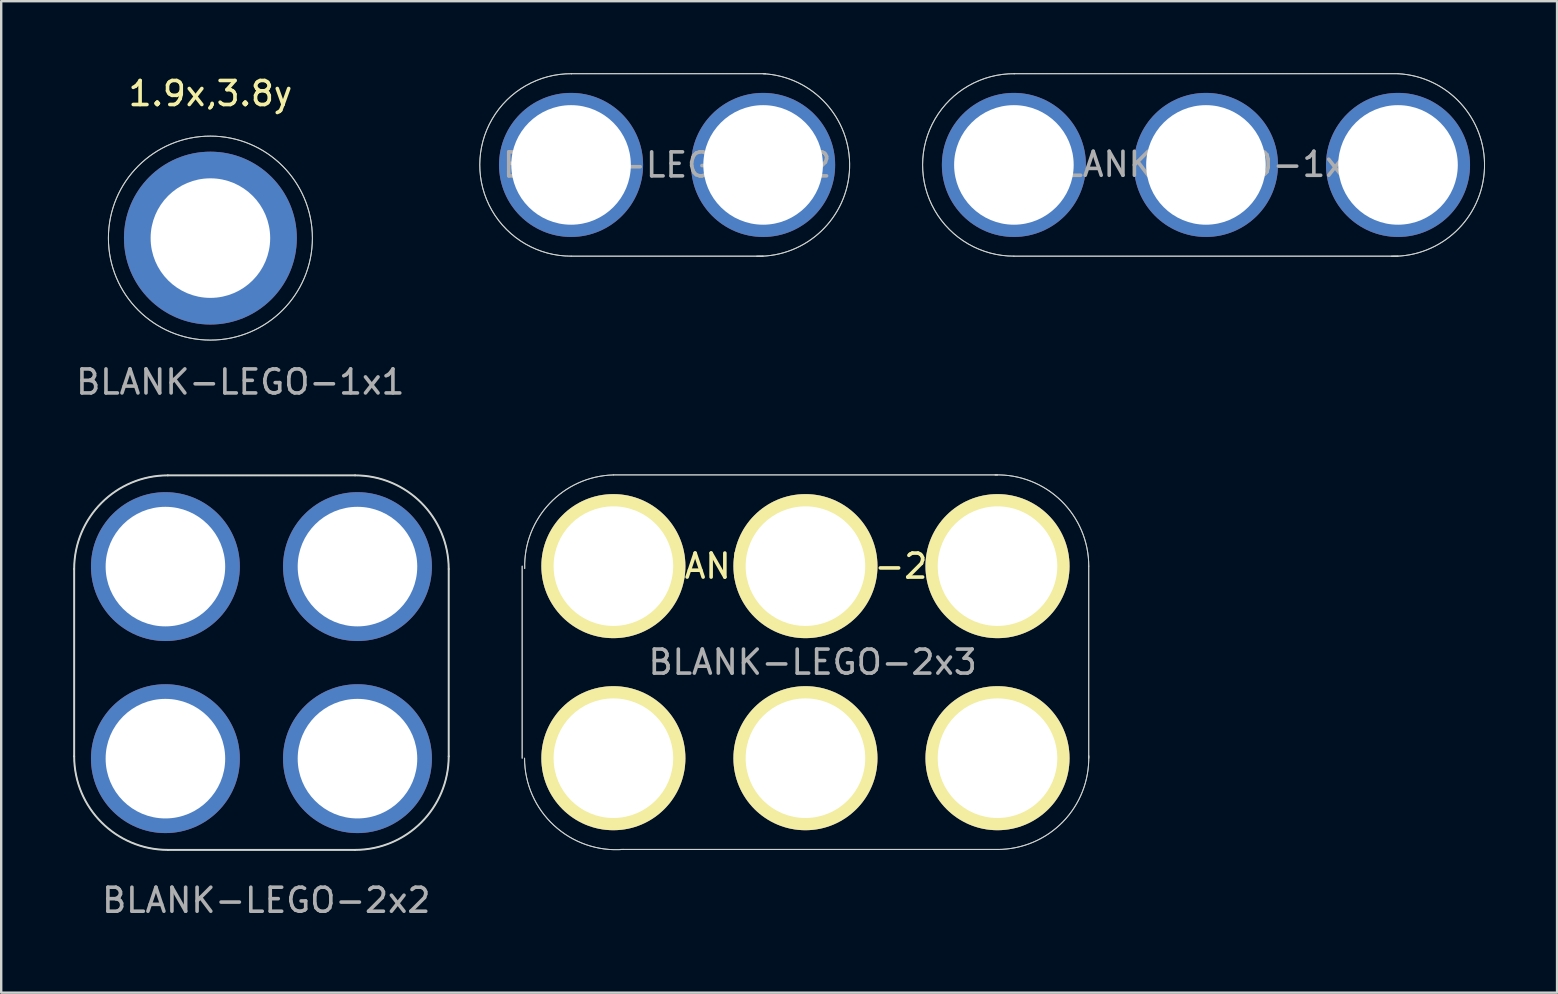
<source format=kicad_pcb>
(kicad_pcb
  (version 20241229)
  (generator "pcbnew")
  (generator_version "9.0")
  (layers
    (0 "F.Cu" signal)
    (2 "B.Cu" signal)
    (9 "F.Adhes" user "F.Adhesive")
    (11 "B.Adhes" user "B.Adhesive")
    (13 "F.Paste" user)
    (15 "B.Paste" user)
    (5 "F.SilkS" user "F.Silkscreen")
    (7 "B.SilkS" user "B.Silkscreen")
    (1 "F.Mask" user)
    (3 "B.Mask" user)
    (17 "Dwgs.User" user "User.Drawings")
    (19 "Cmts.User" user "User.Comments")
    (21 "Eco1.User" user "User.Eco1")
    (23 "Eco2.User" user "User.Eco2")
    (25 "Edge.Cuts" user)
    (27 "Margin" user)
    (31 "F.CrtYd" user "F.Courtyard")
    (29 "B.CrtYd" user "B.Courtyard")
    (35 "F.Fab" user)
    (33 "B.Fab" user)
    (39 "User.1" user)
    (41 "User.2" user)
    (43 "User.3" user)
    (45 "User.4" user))
  (footprint "BLANK-LEGO-2x2"
    (layer "F.Cu")
    (at 3.84 28.551)
    (property "Reference" "BLANK-LEGO-2x2" (at 4.2 5.9 0) (layer "F.Fab") (effects (font (size 1 1) (thickness 0.15))))
    (attr through_hole)
    (fp_line (start -3.8 -0.1) (end -3.8 -7.9) (stroke (width 0.08) (type solid)) (layer "Edge.Cuts"))
    (fp_line (start 7.9 -11.8) (end 0.1 -11.8) (stroke (width 0.08) (type solid)) (layer "Edge.Cuts"))
    (fp_line (start 7.9 3.8) (end 0.1 3.8) (stroke (width 0.08) (type solid)) (layer "Edge.Cuts"))
    (fp_line (start 11.8 -0.1) (end 11.8 -7.9) (stroke (width 0.08) (type solid)) (layer "Edge.Cuts"))
    (fp_arc (start -3.8 -7.9) (mid -2.657716 -10.657716) (end 0.1 -11.8) (stroke (width 0.08) (type solid)) (layer "Edge.Cuts"))
    (fp_arc (start 0.1 3.8) (mid -2.657716 2.657716) (end -3.8 -0.1) (stroke (width 0.08) (type solid)) (layer "Edge.Cuts"))
    (fp_arc (start 7.9 -11.8) (mid 10.657716 -10.657716) (end 11.8 -7.9) (stroke (width 0.08) (type solid)) (layer "Edge.Cuts"))
    (fp_arc (start 11.8 -0.1) (mid 10.657716 2.657716) (end 7.9 3.8) (stroke (width 0.08) (type solid)) (layer "Edge.Cuts"))
    (fp_line (start -3.8 -0.1) (end -3.8 -7.9) (stroke (width 0.041) (type solid)) (layer "F.Fab"))
    (fp_line (start 7.9 -11.8) (end 0.1 -11.8) (stroke (width 0.041) (type solid)) (layer "F.Fab"))
    (fp_line (start 7.9 3.8) (end 0.1 3.8) (stroke (width 0.041) (type solid)) (layer "F.Fab"))
    (fp_line (start 11.8 -0.1) (end 11.8 -7.9) (stroke (width 0.041) (type solid)) (layer "F.Fab"))
    (fp_arc (start -3.8 -7.9) (mid -2.657716 -10.657716) (end 0.1 -11.8) (stroke (width 0.04064) (type solid)) (layer "F.Fab"))
    (fp_arc (start 0.1 3.8) (mid -2.657716 2.657716) (end -3.8 -0.1) (stroke (width 0.04064) (type solid)) (layer "F.Fab"))
    (fp_arc (start 7.9 -11.8) (mid 10.657716 -10.657716) (end 11.8 -7.9) (stroke (width 0.04064) (type solid)) (layer "F.Fab"))
    (fp_arc (start 11.8 -0.1) (mid 10.657716 2.657716) (end 7.9 3.8) (stroke (width 0.04064) (type solid)) (layer "F.Fab"))
    (pad "1" thru_hole circle (at 0 -8) (size 6.2 6.2) (drill 4.98) (layers "*.Cu" "*.Mask"))
    (pad "2" thru_hole circle (at 8 -8) (size 6.2 6.2) (drill 4.98) (layers "*.Cu" "*.Mask"))
    (pad "3" thru_hole circle (at 0 0) (size 6.2 6.2) (drill 4.98) (layers "*.Cu" "*.Mask"))
    (pad "4" thru_hole circle (at 8 0) (size 6.2 6.2) (drill 4.98) (layers "*.Cu" "*.Mask")))
  (footprint "BLANK-LEGO-2x3"
    (layer "F.Cu")
    (at 22.5 28.532)
    (property "Reference" "BLANK-LEGO-2x3" (at 8 -8 0) (layer "F.SilkS") (effects (font (size 1 1) (thickness 0.15))))
    (attr through_hole)
    (fp_line (start -3.8 -8) (end -3.8 0) (stroke (width 0.041) (type solid)) (layer "Edge.Cuts"))
    (fp_line (start 16 -11.8) (end 0 -11.8) (stroke (width 0.041) (type solid)) (layer "Edge.Cuts"))
    (fp_line (start 16 3.8) (end 0.3 3.8) (stroke (width 0.041) (type solid)) (layer "Edge.Cuts"))
    (fp_line (start 19.8 -8) (end 19.8 0) (stroke (width 0.041) (type solid)) (layer "Edge.Cuts"))
    (fp_arc (start -3.693368 -7.90018) (mid -2.653367 -10.614068) (end 0 -11.8) (stroke (width 0.04064) (type solid)) (layer "Edge.Cuts"))
    (fp_arc (start 0.411824 3.8) (mid -2.475303 2.799424) (end -3.7 0) (stroke (width 0.04064) (type solid)) (layer "Edge.Cuts"))
    (fp_arc (start 15.9 -11.8) (mid 18.652345 -10.723062) (end 19.801316 -8) (stroke (width 0.04064) (type solid)) (layer "Edge.Cuts"))
    (fp_arc (start 19.8 -0.1) (mid 18.723062 2.652345) (end 16 3.801316) (stroke (width 0.04064) (type solid)) (layer "Edge.Cuts"))
    (fp_line (start -3.8 -8) (end -3.8 0) (stroke (width 0.041) (type solid)) (layer "F.Fab"))
    (fp_line (start 16 -11.8) (end 0 -11.8) (stroke (width 0.041) (type solid)) (layer "F.Fab"))
    (fp_line (start 16 3.8) (end 0.3 3.8) (stroke (width 0.041) (type solid)) (layer "F.Fab"))
    (fp_line (start 19.8 -8) (end 19.8 0) (stroke (width 0.041) (type solid)) (layer "F.Fab"))
    (fp_arc (start -3.693368 -7.90018) (mid -2.653367 -10.614068) (end 0 -11.8) (stroke (width 0.04064) (type solid)) (layer "F.Fab"))
    (fp_arc (start 0.411824 3.8) (mid -2.475303 2.799424) (end -3.7 0) (stroke (width 0.04064) (type solid)) (layer "F.Fab"))
    (fp_arc (start 15.9 -11.8) (mid 18.652345 -10.723062) (end 19.801316 -8) (stroke (width 0.04064) (type solid)) (layer "F.Fab"))
    (fp_arc (start 19.8 -0.1) (mid 18.723062 2.652345) (end 16 3.801316) (stroke (width 0.04064) (type solid)) (layer "F.Fab"))
    (fp_text user "${REFERENCE}" (at 8.3 -4 0) (layer "F.Fab") (effects (font (size 1 1) (thickness 0.15))))
    (pad "+" thru_hole circle (at 0 -8) (size 6 6) (drill 4.98) (layers "*.Cu" "*.Mask" "F.SilkS"))
    (pad "+" thru_hole circle (at 0 0) (size 6 6) (drill 4.98) (layers "*.Cu" "*.Mask" "F.SilkS"))
    (pad "+" thru_hole circle (at 8 -8) (size 6 6) (drill 4.98) (layers "*.Cu" "*.Mask" "F.SilkS"))
    (pad "+" thru_hole circle (at 8 0) (size 6 6) (drill 4.98) (layers "*.Cu" "*.Mask" "F.SilkS"))
    (pad "-" thru_hole circle (at 16 -8) (size 6 6) (drill 4.98) (layers "*.Cu" "*.Mask" "F.SilkS"))
    (pad "-" thru_hole circle (at 16 0) (size 6 6) (drill 4.98) (layers "*.Cu" "*.Mask" "F.SilkS")))
  (footprint "BLANK-LEGO-1x1"
    (layer "F.Cu")
    (at 5.714 6.868)
    (property "Reference" "BLANK-LEGO-1x1" (at 1.245 5.994 0) (layer "F.Fab") (effects (font (size 1 1) (thickness 0.15))))
    (attr through_hole)
    (fp_circle (center 0 0) (end 1.9 3.8) (stroke (width 0.041) (type solid)) (fill no) (layer "Edge.Cuts"))
    (fp_circle (center 0 0) (end 1.9 3.8) (stroke (width 0.041) (type solid)) (fill no) (layer "F.Fab"))
    (fp_text user "1.9x,3.8y" (at 0 -6.02 0) (layer "F.SilkS") (effects (font (size 1 1) (thickness 0.15))))
    (pad "2" thru_hole circle (at 0 0) (size 7.2 7.2) (drill 4.98) (layers "*.Cu" "*.Mask")))
  (footprint "BLANK-LEGO-1x2"
    (layer "F.Cu")
    (at 20.737 3.82)
    (property "Reference" "BLANK-LEGO-1x2" (at 4 0 0) (layer "F.Fab") (effects (font (size 1 1) (thickness 0.15))))
    (attr through_hole)
    (fp_line (start 8 3.8) (end 0 3.8) (stroke (width 0.041) (type solid)) (layer "Edge.Cuts"))
    (fp_line (start 8.1 -3.8) (end 0 -3.8) (stroke (width 0.041) (type solid)) (layer "Edge.Cuts"))
    (fp_arc (start 0 3.8) (mid -3.799979 -0.0125) (end 0.024999 -3.799918) (stroke (width 0.04064) (type solid)) (layer "Edge.Cuts"))
    (fp_arc (start 8 -3.8) (mid 11.602912 0.13365) (end 7.73274 3.804665) (stroke (width 0.04064) (type solid)) (layer "Edge.Cuts"))
    (fp_line (start 8 3.8) (end 0 3.8) (stroke (width 0.041) (type solid)) (layer "F.Fab"))
    (fp_line (start 8.1 -3.8) (end 0 -3.8) (stroke (width 0.041) (type solid)) (layer "F.Fab"))
    (fp_arc (start 0 3.8) (mid -3.799979 -0.0125) (end 0.024999 -3.799918) (stroke (width 0.04064) (type solid)) (layer "F.Fab"))
    (fp_arc (start 8 -3.8) (mid 11.602912 0.13365) (end 7.73274 3.804665) (stroke (width 0.04064) (type solid)) (layer "F.Fab"))
    (pad "1" thru_hole circle (at 0 0) (size 6 6) (drill 4.98) (layers "*.Cu" "*.Mask"))
    (pad "2" thru_hole circle (at 8 0) (size 6 6) (drill 4.98) (layers "*.Cu" "*.Mask")))
  (footprint "BLANK-LEGO-1x3"
    (layer "F.Cu")
    (at 39.183 3.82)
    (property "Reference" "BLANK-LEGO-1x3" (at 7.899 -0.025 0) (layer "F.Fab") (effects (font (size 1 1) (thickness 0.15))))
    (attr through_hole)
    (fp_line (start 16 -3.8) (end 0 -3.8) (stroke (width 0.041) (type solid)) (layer "Edge.Cuts"))
    (fp_line (start 16 3.8) (end 0 3.8) (stroke (width 0.041) (type solid)) (layer "Edge.Cuts"))
    (fp_arc (start 0 3.8) (mid -3.799979 -0.0125) (end 0.024999 -3.799918) (stroke (width 0.04064) (type solid)) (layer "Edge.Cuts"))
    (fp_arc (start 16 -3.8) (mid 19.602912 0.13365) (end 15.73274 3.804665) (stroke (width 0.04064) (type solid)) (layer "Edge.Cuts"))
    (fp_line (start 16 -3.8) (end 0 -3.8) (stroke (width 0.041) (type solid)) (layer "F.Fab"))
    (fp_line (start 16 3.8) (end 0 3.8) (stroke (width 0.041) (type solid)) (layer "F.Fab"))
    (fp_arc (start 0 3.8) (mid -3.799979 -0.0125) (end 0.024999 -3.799918) (stroke (width 0.04064) (type solid)) (layer "F.Fab"))
    (fp_arc (start 16 -3.8) (mid 19.602912 0.13365) (end 15.73274 3.804665) (stroke (width 0.04064) (type solid)) (layer "F.Fab"))
    (pad "1" thru_hole circle (at 0 0) (size 6 6) (drill 4.98) (layers "*.Cu" "*.Mask"))
    (pad "2" thru_hole circle (at 8 0) (size 6 6) (drill 4.98) (layers "*.Cu" "*.Mask"))
    (pad "3" thru_hole circle (at 16 0) (size 6 6) (drill 4.98) (layers "*.Cu" "*.Mask")))
  (gr_rect
    (start -3 -3)
    (end 61.808 38.299)
    (stroke (width 0.1) (type default))
    (fill no)
    (layer "Edge.Cuts")))
</source>
